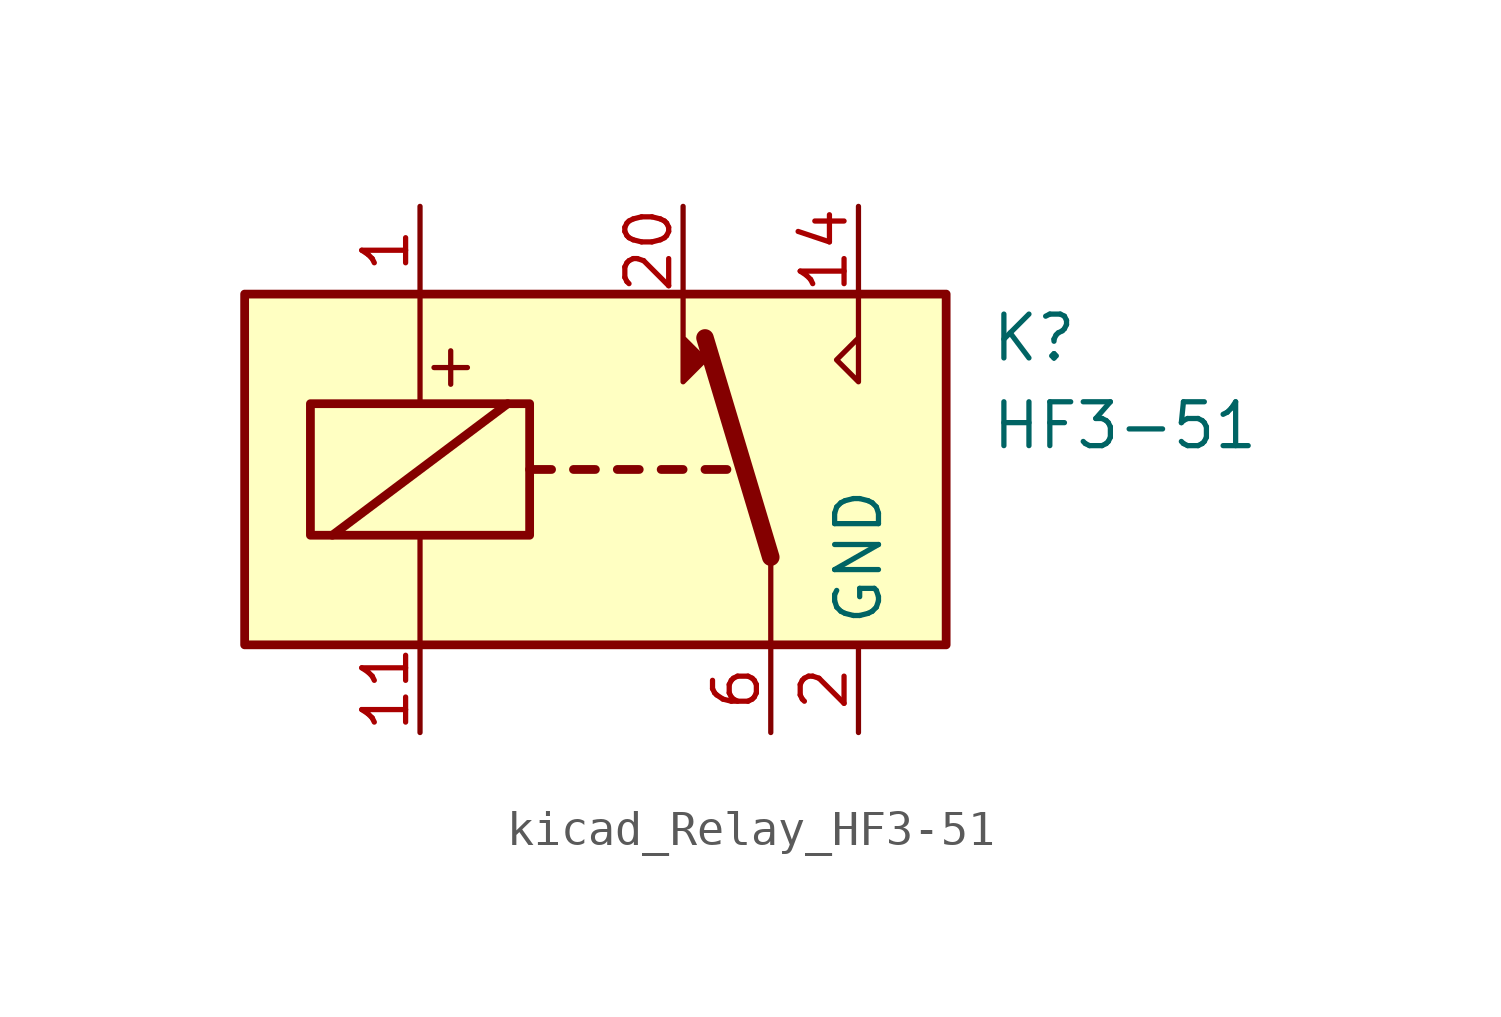
<source format=kicad_sym>
(kicad_symbol_lib
  (version 20220914)
  (generator kicad_symbol_editor)
  (symbol "kicad_Relay_HF3-51"
    (property "Reference" "K"
      (at 11.43 3.81 0)
      (effects (font (size 1.27 1.27)) (justify left)))
    (property "Value" "HF3-51"
      (at 11.43 1.27 0)
      (effects (font (size 1.27 1.27)) (justify left)))
    (symbol "kicad_Relay_HF3-51_0_0"
      (polyline (pts (xy 7.62 5.08) (xy 7.62 2.54) (xy 6.985 3.175) (xy 7.62 3.81)) (stroke (width 0) (type default)) (fill (type none)))
      (text "+" (at -4.191 3.048 0) (effects (font (size 1.27 1.27)))))
    (symbol "kicad_Relay_HF3-51_0_1"
      (rectangle (start -10.16 5.08) (end 10.16 -5.08) (stroke (width 0.254) (type default)) (fill (type background)))
      (rectangle (start -8.255 1.905) (end -1.905 -1.905) (stroke (width 0.254) (type default)) (fill (type none)))
      (polyline (pts (xy -7.62 -1.905) (xy -2.54 1.905)) (stroke (width 0.254) (type default)) (fill (type none)))
      (polyline (pts (xy -5.08 -5.08) (xy -5.08 -1.905)) (stroke (width 0) (type default)) (fill (type none)))
      (polyline (pts (xy -5.08 5.08) (xy -5.08 1.905)) (stroke (width 0) (type default)) (fill (type none)))
      (polyline (pts (xy -1.905 0) (xy -1.27 0)) (stroke (width 0.254) (type default)) (fill (type none)))
      (polyline (pts (xy -0.635 0) (xy 0 0)) (stroke (width 0.254) (type default)) (fill (type none)))
      (polyline (pts (xy 0.635 0) (xy 1.27 0)) (stroke (width 0.254) (type default)) (fill (type none)))
      (polyline (pts (xy 1.905 0) (xy 2.54 0)) (stroke (width 0.254) (type default)) (fill (type none)))
      (polyline (pts (xy 3.175 0) (xy 3.81 0)) (stroke (width 0.254) (type default)) (fill (type none)))
      (polyline (pts (xy 5.08 -2.54) (xy 3.175 3.81)) (stroke (width 0.508) (type default)) (fill (type none)))
      (polyline (pts (xy 5.08 -2.54) (xy 5.08 -5.08)) (stroke (width 0) (type default)) (fill (type none)))
      (polyline (pts (xy 2.54 5.08) (xy 2.54 2.54) (xy 3.175 3.175) (xy 2.54 3.81)) (stroke (width 0) (type default)) (fill (type outline))))
    (symbol "kicad_Relay_HF3-51_1_1"
      (pin passive line (at -5.08 7.62 270) (length 2.54) (name "~" (effects (font (size 1.27 1.27)))) (number "1" (effects (font (size 1.27 1.27)))))
      (pin passive line (at 7.62 -7.62 90) (length 2.54) hide (name "GND" (effects (font (size 1.27 1.27)))) (number "10" (effects (font (size 1.27 1.27)))))
      (pin passive line (at -5.08 -7.62 90) (length 2.54) (name "~" (effects (font (size 1.27 1.27)))) (number "11" (effects (font (size 1.27 1.27)))))
      (pin passive line (at 7.62 -7.62 90) (length 2.54) hide (name "GND" (effects (font (size 1.27 1.27)))) (number "12" (effects (font (size 1.27 1.27)))))
      (pin passive line (at 7.62 -7.62 90) (length 2.54) hide (name "GND" (effects (font (size 1.27 1.27)))) (number "13" (effects (font (size 1.27 1.27)))))
      (pin passive line (at 7.62 7.62 270) (length 2.54) (name "~" (effects (font (size 1.27 1.27)))) (number "14" (effects (font (size 1.27 1.27)))))
      (pin passive line (at 7.62 -7.62 90) (length 2.54) hide (name "GND" (effects (font (size 1.27 1.27)))) (number "15" (effects (font (size 1.27 1.27)))))
      (pin passive line (at 7.62 -7.62 90) (length 2.54) hide (name "GND" (effects (font (size 1.27 1.27)))) (number "17" (effects (font (size 1.27 1.27)))))
      (pin passive line (at 7.62 -7.62 90) (length 2.54) hide (name "GND" (effects (font (size 1.27 1.27)))) (number "19" (effects (font (size 1.27 1.27)))))
      (pin power_in line (at 7.62 -7.62 90) (length 2.54) (name "GND" (effects (font (size 1.27 1.27)))) (number "2" (effects (font (size 1.27 1.27)))))
      (pin passive line (at 2.54 7.62 270) (length 2.54) (name "~" (effects (font (size 1.27 1.27)))) (number "20" (effects (font (size 1.27 1.27)))))
      (pin passive line (at 7.62 -7.62 90) (length 2.54) hide (name "GND" (effects (font (size 1.27 1.27)))) (number "21" (effects (font (size 1.27 1.27)))))
      (pin passive line (at 7.62 -7.62 90) (length 2.54) hide (name "GND" (effects (font (size 1.27 1.27)))) (number "22" (effects (font (size 1.27 1.27)))))
      (pin passive line (at 7.62 -7.62 90) (length 2.54) hide (name "GND" (effects (font (size 1.27 1.27)))) (number "5" (effects (font (size 1.27 1.27)))))
      (pin passive line (at 5.08 -7.62 90) (length 2.54) (name "~" (effects (font (size 1.27 1.27)))) (number "6" (effects (font (size 1.27 1.27)))))
      (pin passive line (at 7.62 -7.62 90) (length 2.54) hide (name "GND" (effects (font (size 1.27 1.27)))) (number "7" (effects (font (size 1.27 1.27))))))))
</source>
